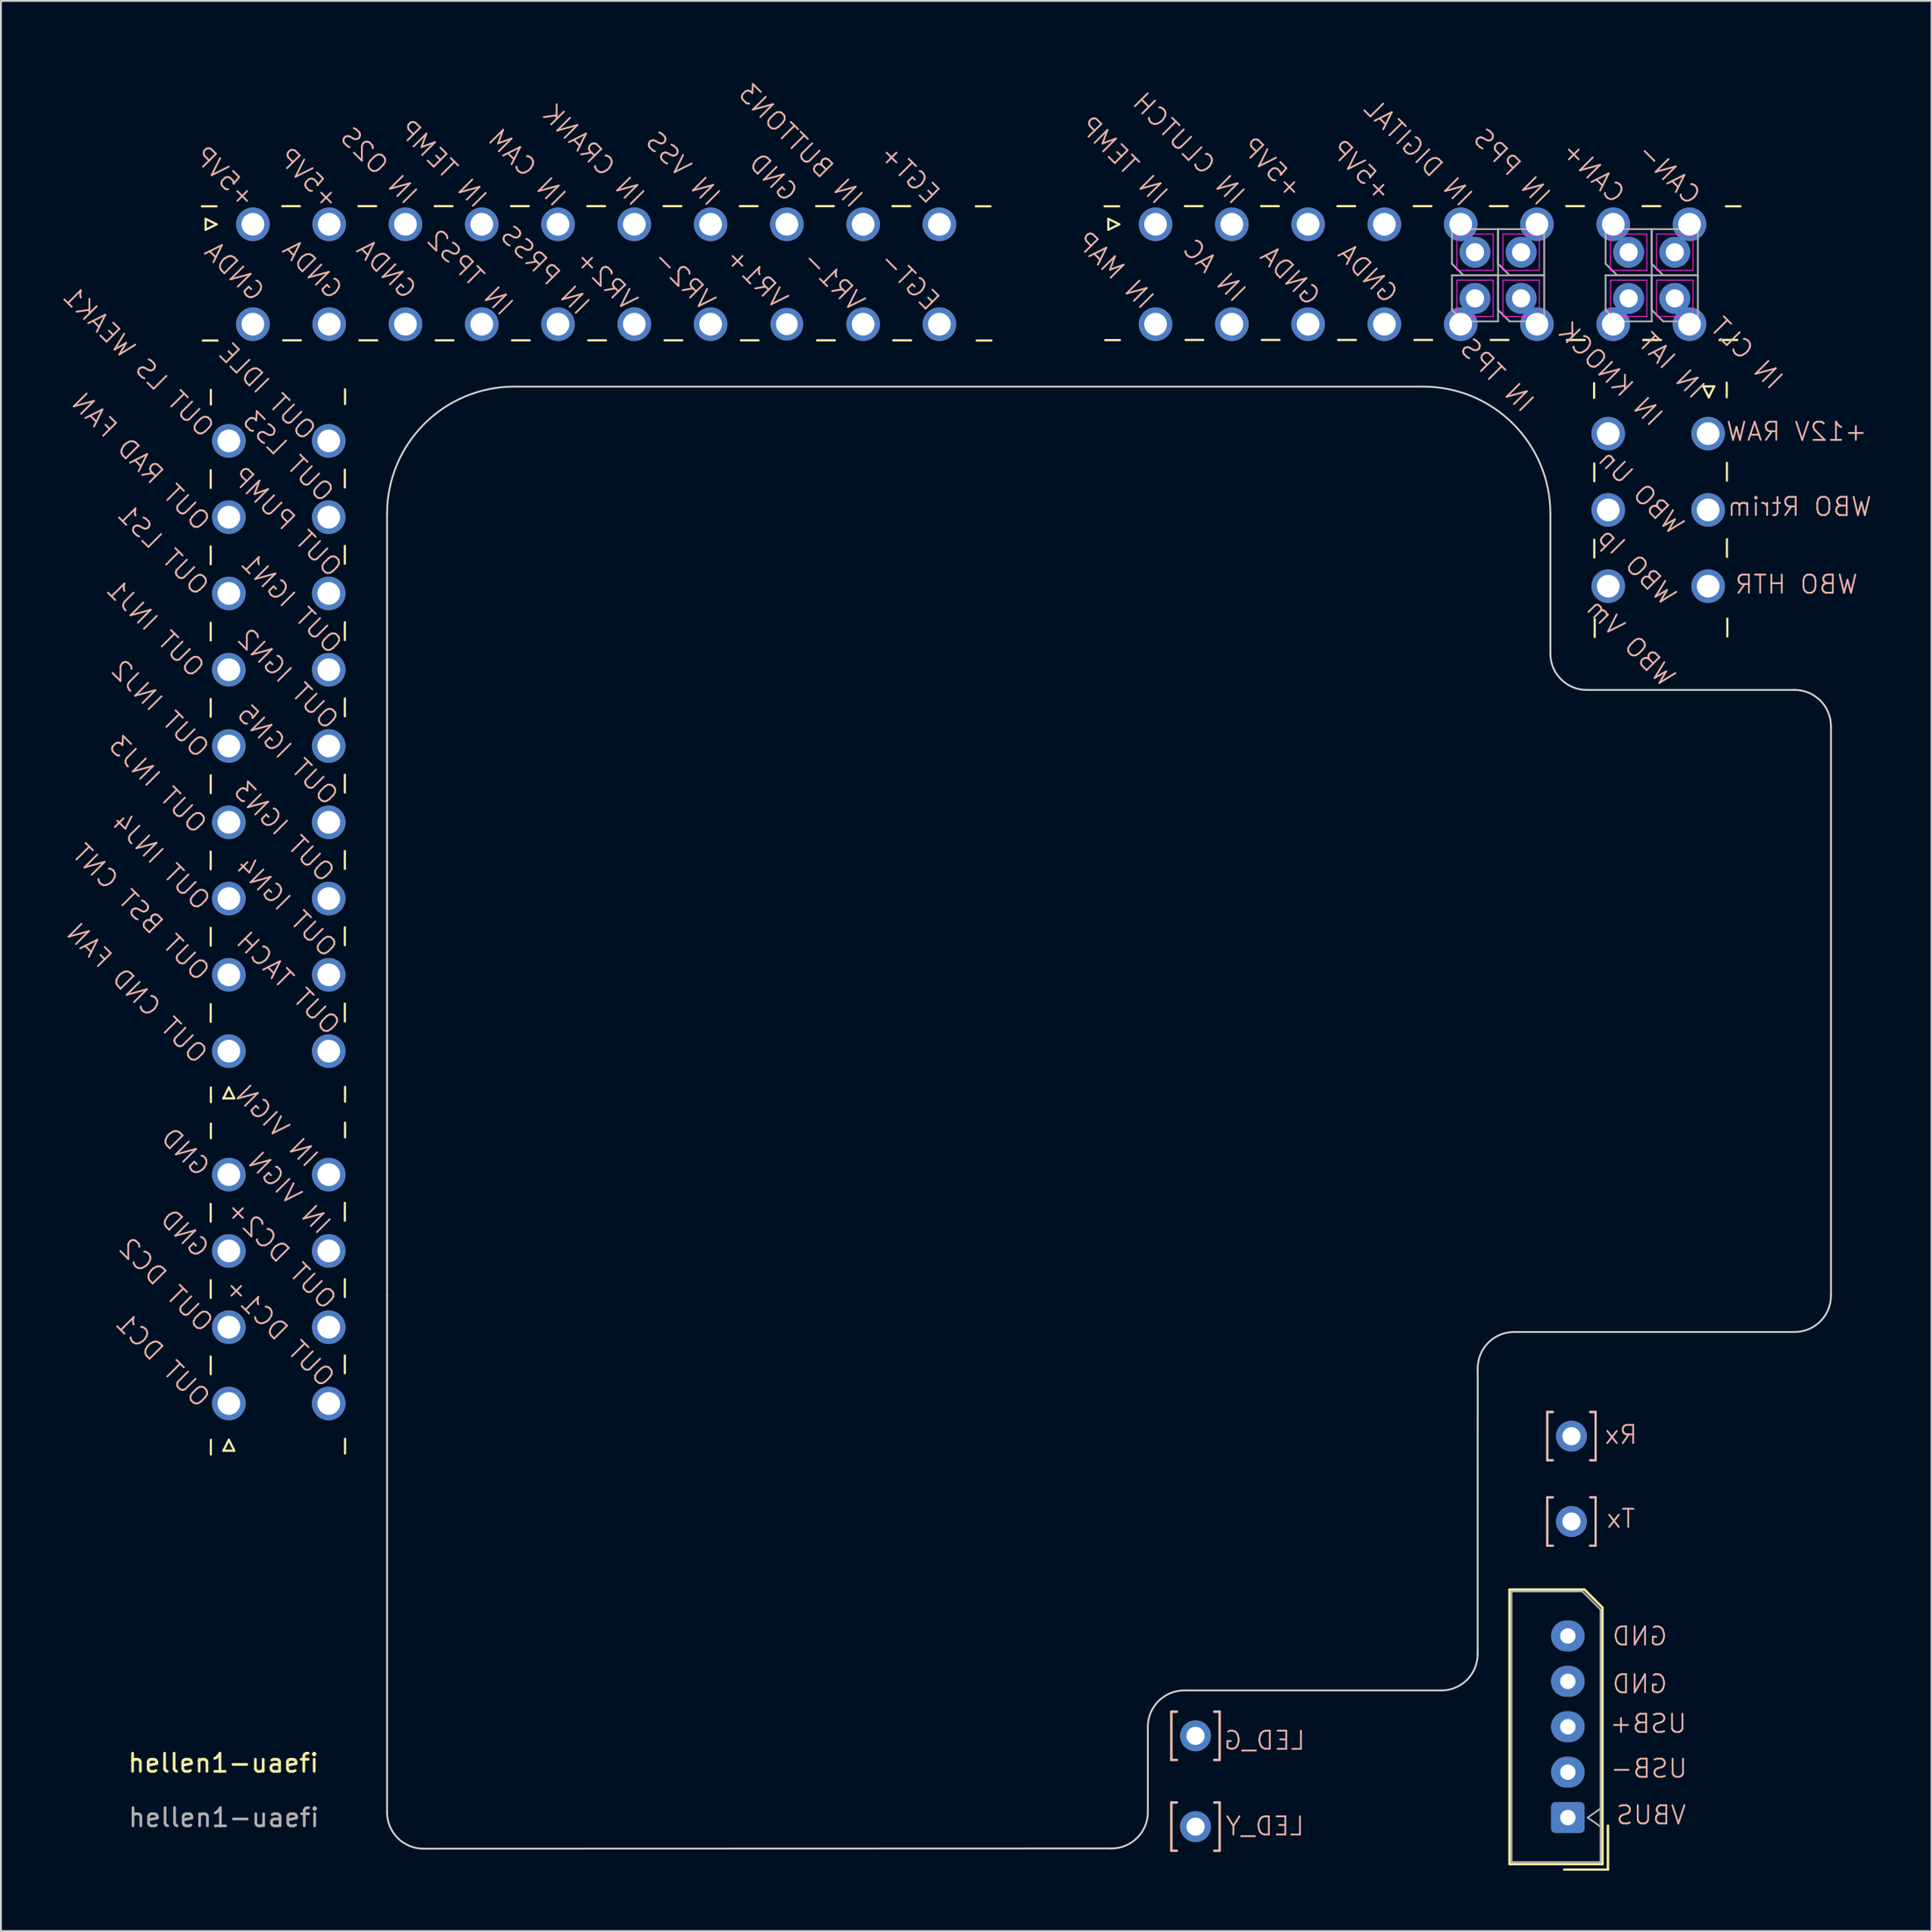
<source format=kicad_pcb>
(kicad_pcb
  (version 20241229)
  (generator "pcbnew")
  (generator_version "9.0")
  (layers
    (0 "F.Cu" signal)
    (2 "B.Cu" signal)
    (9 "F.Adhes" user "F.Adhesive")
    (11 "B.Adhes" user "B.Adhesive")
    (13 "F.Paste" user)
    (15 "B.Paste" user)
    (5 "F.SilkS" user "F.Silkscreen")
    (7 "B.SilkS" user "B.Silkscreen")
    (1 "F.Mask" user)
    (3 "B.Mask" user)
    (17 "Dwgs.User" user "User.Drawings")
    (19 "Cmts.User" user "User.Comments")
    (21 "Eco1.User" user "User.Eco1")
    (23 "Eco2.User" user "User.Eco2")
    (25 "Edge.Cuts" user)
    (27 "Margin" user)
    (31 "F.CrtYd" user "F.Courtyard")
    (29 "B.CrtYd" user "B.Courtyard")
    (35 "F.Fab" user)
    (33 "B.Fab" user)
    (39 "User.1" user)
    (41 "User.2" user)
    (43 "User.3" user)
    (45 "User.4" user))
  (footprint "hellen1-uaefi"
    (layer "F.Cu")
    (at 0.25 100.025)
    (property "Reference" "hellen1-uaefi" (at 9 -6 0) (unlocked yes) (layer "F.SilkS") (effects (font (size 1 1) (thickness 0.15))))
    (fp_line (start 8.025 -91.025) (end 8.625 -90.725) (stroke (width 0.12) (type solid)) (layer "F.SilkS"))
    (fp_line (start 8.025 -90.425) (end 8.025 -91.025) (stroke (width 0.12) (type solid)) (layer "F.SilkS"))
    (fp_line (start 8.3 -76.21) (end 8.3 -77.19) (stroke (width 0.12) (type solid)) (layer "F.SilkS"))
    (fp_line (start 8.3 -72.01) (end 8.3 -72.99) (stroke (width 0.12) (type solid)) (layer "F.SilkS"))
    (fp_line (start 8.3 -67.81) (end 8.3 -68.79) (stroke (width 0.12) (type solid)) (layer "F.SilkS"))
    (fp_line (start 8.3 -63.61) (end 8.3 -64.59) (stroke (width 0.12) (type solid)) (layer "F.SilkS"))
    (fp_line (start 8.3 -59.41) (end 8.3 -60.39) (stroke (width 0.12) (type solid)) (layer "F.SilkS"))
    (fp_line (start 8.3 -55.21) (end 8.3 -56.19) (stroke (width 0.12) (type solid)) (layer "F.SilkS"))
    (fp_line (start 8.3 -51.01) (end 8.3 -51.99) (stroke (width 0.12) (type solid)) (layer "F.SilkS"))
    (fp_line (start 8.3 -46.81) (end 8.3 -47.79) (stroke (width 0.12) (type solid)) (layer "F.SilkS"))
    (fp_line (start 8.3 -35.81) (end 8.3 -36.79) (stroke (width 0.12) (type solid)) (layer "F.SilkS"))
    (fp_line (start 8.3 -31.61) (end 8.3 -32.59) (stroke (width 0.12) (type solid)) (layer "F.SilkS"))
    (fp_line (start 8.3 -27.41) (end 8.3 -28.39) (stroke (width 0.12) (type solid)) (layer "F.SilkS"))
    (fp_line (start 8.31 -80.8) (end 8.31 -81.61) (stroke (width 0.12) (type solid)) (layer "F.SilkS"))
    (fp_line (start 8.31 -43.2) (end 8.31 -42.39) (stroke (width 0.12) (type solid)) (layer "F.SilkS"))
    (fp_line (start 8.31 -40.4) (end 8.31 -41.21) (stroke (width 0.12) (type solid)) (layer "F.SilkS"))
    (fp_line (start 8.31 -23.8) (end 8.31 -22.99) (stroke (width 0.12) (type solid)) (layer "F.SilkS"))
    (fp_line (start 8.625 -91.715) (end 7.815 -91.715) (stroke (width 0.12) (type solid)) (layer "F.SilkS"))
    (fp_line (start 8.625 -90.725) (end 8.025 -90.425) (stroke (width 0.12) (type solid)) (layer "F.SilkS"))
    (fp_line (start 8.677 -84.326) (end 7.867 -84.326) (stroke (width 0.12) (type solid)) (layer "F.SilkS"))
    (fp_line (start 9 -42.6) (end 9.3 -43.2) (stroke (width 0.12) (type solid)) (layer "F.SilkS"))
    (fp_line (start 9 -23.2) (end 9.3 -23.8) (stroke (width 0.12) (type solid)) (layer "F.SilkS"))
    (fp_line (start 9.3 -43.2) (end 9.6 -42.6) (stroke (width 0.12) (type solid)) (layer "F.SilkS"))
    (fp_line (start 9.3 -23.8) (end 9.6 -23.2) (stroke (width 0.12) (type solid)) (layer "F.SilkS"))
    (fp_line (start 9.6 -42.6) (end 9 -42.6) (stroke (width 0.12) (type solid)) (layer "F.SilkS"))
    (fp_line (start 9.6 -23.2) (end 9 -23.2) (stroke (width 0.12) (type solid)) (layer "F.SilkS"))
    (fp_line (start 12.235 -91.725) (end 13.215 -91.725) (stroke (width 0.12) (type solid)) (layer "F.SilkS"))
    (fp_line (start 12.287 -84.336) (end 13.267 -84.336) (stroke (width 0.12) (type solid)) (layer "F.SilkS"))
    (fp_line (start 15.689 -35.864) (end 15.689 -36.844) (stroke (width 0.12) (type solid)) (layer "F.SilkS"))
    (fp_line (start 15.689 -31.664) (end 15.689 -32.644) (stroke (width 0.12) (type solid)) (layer "F.SilkS"))
    (fp_line (start 15.689 -27.464) (end 15.689 -28.444) (stroke (width 0.12) (type solid)) (layer "F.SilkS"))
    (fp_line (start 15.689 -76.236) (end 15.689 -77.216) (stroke (width 0.12) (type solid)) (layer "F.SilkS"))
    (fp_line (start 15.689 -72.036) (end 15.689 -73.016) (stroke (width 0.12) (type solid)) (layer "F.SilkS"))
    (fp_line (start 15.689 -67.836) (end 15.689 -68.816) (stroke (width 0.12) (type solid)) (layer "F.SilkS"))
    (fp_line (start 15.689 -63.636) (end 15.689 -64.616) (stroke (width 0.12) (type solid)) (layer "F.SilkS"))
    (fp_line (start 15.689 -59.436) (end 15.689 -60.416) (stroke (width 0.12) (type solid)) (layer "F.SilkS"))
    (fp_line (start 15.689 -55.236) (end 15.689 -56.216) (stroke (width 0.12) (type solid)) (layer "F.SilkS"))
    (fp_line (start 15.689 -51.036) (end 15.689 -52.016) (stroke (width 0.12) (type solid)) (layer "F.SilkS"))
    (fp_line (start 15.689 -46.836) (end 15.689 -47.816) (stroke (width 0.12) (type solid)) (layer "F.SilkS"))
    (fp_line (start 15.699 -40.454) (end 15.699 -41.264) (stroke (width 0.12) (type solid)) (layer "F.SilkS"))
    (fp_line (start 15.699 -23.854) (end 15.699 -23.044) (stroke (width 0.12) (type solid)) (layer "F.SilkS"))
    (fp_line (start 15.699 -80.826) (end 15.699 -81.636) (stroke (width 0.12) (type solid)) (layer "F.SilkS"))
    (fp_line (start 15.699 -43.226) (end 15.699 -42.416) (stroke (width 0.12) (type solid)) (layer "F.SilkS"))
    (fp_line (start 16.435 -91.725) (end 17.415 -91.725) (stroke (width 0.12) (type solid)) (layer "F.SilkS"))
    (fp_line (start 16.487 -84.336) (end 17.467 -84.336) (stroke (width 0.12) (type solid)) (layer "F.SilkS"))
    (fp_line (start 20.635 -91.725) (end 21.615 -91.725) (stroke (width 0.12) (type solid)) (layer "F.SilkS"))
    (fp_line (start 20.687 -84.336) (end 21.667 -84.336) (stroke (width 0.12) (type solid)) (layer "F.SilkS"))
    (fp_line (start 24.835 -91.725) (end 25.815 -91.725) (stroke (width 0.12) (type solid)) (layer "F.SilkS"))
    (fp_line (start 24.887 -84.336) (end 25.867 -84.336) (stroke (width 0.12) (type solid)) (layer "F.SilkS"))
    (fp_line (start 29.035 -91.725) (end 30.015 -91.725) (stroke (width 0.12) (type solid)) (layer "F.SilkS"))
    (fp_line (start 29.087 -84.336) (end 30.067 -84.336) (stroke (width 0.12) (type solid)) (layer "F.SilkS"))
    (fp_line (start 33.235 -91.725) (end 34.215 -91.725) (stroke (width 0.12) (type solid)) (layer "F.SilkS"))
    (fp_line (start 33.287 -84.336) (end 34.267 -84.336) (stroke (width 0.12) (type solid)) (layer "F.SilkS"))
    (fp_line (start 37.435 -91.725) (end 38.415 -91.725) (stroke (width 0.12) (type solid)) (layer "F.SilkS"))
    (fp_line (start 37.487 -84.336) (end 38.467 -84.336) (stroke (width 0.12) (type solid)) (layer "F.SilkS"))
    (fp_line (start 41.635 -91.725) (end 42.615 -91.725) (stroke (width 0.12) (type solid)) (layer "F.SilkS"))
    (fp_line (start 41.687 -84.336) (end 42.667 -84.336) (stroke (width 0.12) (type solid)) (layer "F.SilkS"))
    (fp_line (start 45.835 -91.725) (end 46.815 -91.725) (stroke (width 0.12) (type solid)) (layer "F.SilkS"))
    (fp_line (start 45.887 -84.336) (end 46.867 -84.336) (stroke (width 0.12) (type solid)) (layer "F.SilkS"))
    (fp_line (start 50.425 -91.715) (end 51.235 -91.715) (stroke (width 0.12) (type solid)) (layer "F.SilkS"))
    (fp_line (start 50.477 -84.326) (end 51.287 -84.326) (stroke (width 0.12) (type solid)) (layer "F.SilkS"))
    (fp_line (start 57.725 -91.025) (end 58.325 -90.725) (stroke (width 0.12) (type solid)) (layer "F.SilkS"))
    (fp_line (start 57.725 -90.425) (end 57.725 -91.025) (stroke (width 0.12) (type solid)) (layer "F.SilkS"))
    (fp_line (start 58.325 -91.715) (end 57.515 -91.715) (stroke (width 0.12) (type solid)) (layer "F.SilkS"))
    (fp_line (start 58.325 -90.725) (end 57.725 -90.425) (stroke (width 0.12) (type solid)) (layer "F.SilkS"))
    (fp_line (start 58.364 -84.348) (end 57.554 -84.348) (stroke (width 0.12) (type solid)) (layer "F.SilkS"))
    (fp_line (start 61.195 -8.83) (end 61.195 -6.17) (stroke (width 0.12) (type solid)) (layer "F.SilkS"))
    (fp_line (start 61.195 -3.83) (end 61.195 -1.17) (stroke (width 0.12) (type solid)) (layer "F.SilkS"))
    (fp_line (start 61.49 -6.17) (end 61.195 -6.17) (stroke (width 0.12) (type solid)) (layer "F.SilkS"))
    (fp_line (start 61.49 -1.17) (end 61.195 -1.17) (stroke (width 0.12) (type solid)) (layer "F.SilkS"))
    (fp_line (start 61.501 -8.83) (end 61.195 -8.83) (stroke (width 0.12) (type solid)) (layer "F.SilkS"))
    (fp_line (start 61.501 -3.83) (end 61.195 -3.83) (stroke (width 0.12) (type solid)) (layer "F.SilkS"))
    (fp_line (start 61.935 -91.725) (end 62.915 -91.725) (stroke (width 0.12) (type solid)) (layer "F.SilkS"))
    (fp_line (start 61.974 -84.358) (end 62.954 -84.358) (stroke (width 0.12) (type solid)) (layer "F.SilkS"))
    (fp_line (start 63.549 -6.17) (end 63.855 -6.17) (stroke (width 0.12) (type solid)) (layer "F.SilkS"))
    (fp_line (start 63.549 -1.17) (end 63.855 -1.17) (stroke (width 0.12) (type solid)) (layer "F.SilkS"))
    (fp_line (start 63.561 -8.83) (end 63.855 -8.83) (stroke (width 0.12) (type solid)) (layer "F.SilkS"))
    (fp_line (start 63.561 -3.83) (end 63.855 -3.83) (stroke (width 0.12) (type solid)) (layer "F.SilkS"))
    (fp_line (start 63.855 -6.17) (end 63.855 -8.83) (stroke (width 0.12) (type solid)) (layer "F.SilkS"))
    (fp_line (start 63.855 -1.17) (end 63.855 -3.83) (stroke (width 0.12) (type solid)) (layer "F.SilkS"))
    (fp_line (start 66.135 -91.725) (end 67.115 -91.725) (stroke (width 0.12) (type solid)) (layer "F.SilkS"))
    (fp_line (start 66.174 -84.358) (end 67.154 -84.358) (stroke (width 0.12) (type solid)) (layer "F.SilkS"))
    (fp_line (start 70.335 -91.725) (end 71.315 -91.725) (stroke (width 0.12) (type solid)) (layer "F.SilkS"))
    (fp_line (start 70.374 -84.358) (end 71.354 -84.358) (stroke (width 0.12) (type solid)) (layer "F.SilkS"))
    (fp_line (start 74.535 -91.725) (end 75.515 -91.725) (stroke (width 0.12) (type solid)) (layer "F.SilkS"))
    (fp_line (start 74.574 -84.358) (end 75.554 -84.358) (stroke (width 0.12) (type solid)) (layer "F.SilkS"))
    (fp_line (start 78.735 -91.725) (end 79.715 -91.725) (stroke (width 0.12) (type solid)) (layer "F.SilkS"))
    (fp_line (start 78.774 -84.358) (end 79.754 -84.358) (stroke (width 0.12) (type solid)) (layer "F.SilkS"))
    (fp_line (start 79.815 -15.56) (end 79.815 -0.44) (stroke (width 0.12) (type solid)) (layer "F.SilkS"))
    (fp_line (start 79.815 -15.56) (end 79.815 -0.44) (stroke (width 0.12) (type solid)) (layer "F.SilkS"))
    (fp_line (start 79.815 -0.44) (end 84.935 -0.44) (stroke (width 0.12) (type solid)) (layer "F.SilkS"))
    (fp_line (start 79.815 -0.44) (end 84.935 -0.44) (stroke (width 0.12) (type solid)) (layer "F.SilkS"))
    (fp_line (start 81.895 -25.33) (end 81.895 -22.67) (stroke (width 0.12) (type solid)) (layer "F.SilkS"))
    (fp_line (start 81.895 -20.63) (end 81.895 -17.97) (stroke (width 0.12) (type solid)) (layer "F.SilkS"))
    (fp_line (start 82.19 -22.67) (end 81.895 -22.67) (stroke (width 0.12) (type solid)) (layer "F.SilkS"))
    (fp_line (start 82.19 -17.97) (end 81.895 -17.97) (stroke (width 0.12) (type solid)) (layer "F.SilkS"))
    (fp_line (start 82.201 -25.33) (end 81.895 -25.33) (stroke (width 0.12) (type solid)) (layer "F.SilkS"))
    (fp_line (start 82.201 -20.63) (end 81.895 -20.63) (stroke (width 0.12) (type solid)) (layer "F.SilkS"))
    (fp_line (start 82.825 -0.14) (end 85.235 -0.14) (stroke (width 0.12) (type solid)) (layer "F.SilkS"))
    (fp_line (start 82.825 -0.14) (end 85.235 -0.14) (stroke (width 0.12) (type solid)) (layer "F.SilkS"))
    (fp_line (start 82.935 -91.725) (end 83.915 -91.725) (stroke (width 0.12) (type solid)) (layer "F.SilkS"))
    (fp_line (start 82.974 -84.358) (end 83.954 -84.358) (stroke (width 0.12) (type solid)) (layer "F.SilkS"))
    (fp_line (start 83.935 -15.56) (end 79.815 -15.56) (stroke (width 0.12) (type solid)) (layer "F.SilkS"))
    (fp_line (start 83.935 -15.56) (end 79.815 -15.56) (stroke (width 0.12) (type solid)) (layer "F.SilkS"))
    (fp_line (start 84.249 -22.67) (end 84.555 -22.67) (stroke (width 0.12) (type solid)) (layer "F.SilkS"))
    (fp_line (start 84.249 -17.97) (end 84.555 -17.97) (stroke (width 0.12) (type solid)) (layer "F.SilkS"))
    (fp_line (start 84.261 -25.33) (end 84.555 -25.33) (stroke (width 0.12) (type solid)) (layer "F.SilkS"))
    (fp_line (start 84.261 -20.63) (end 84.555 -20.63) (stroke (width 0.12) (type solid)) (layer "F.SilkS"))
    (fp_line (start 84.47 -81.168) (end 84.47 -81.978) (stroke (width 0.12) (type solid)) (layer "F.SilkS"))
    (fp_line (start 84.48 -77.558) (end 84.48 -76.578) (stroke (width 0.12) (type solid)) (layer "F.SilkS"))
    (fp_line (start 84.48 -73.358) (end 84.48 -72.378) (stroke (width 0.12) (type solid)) (layer "F.SilkS"))
    (fp_line (start 84.504 -68) (end 84.504 -68.98) (stroke (width 0.12) (type solid)) (layer "F.SilkS"))
    (fp_line (start 84.555 -22.67) (end 84.555 -25.33) (stroke (width 0.12) (type solid)) (layer "F.SilkS"))
    (fp_line (start 84.555 -17.97) (end 84.555 -20.63) (stroke (width 0.12) (type solid)) (layer "F.SilkS"))
    (fp_line (start 84.935 -14.56) (end 83.935 -15.56) (stroke (width 0.12) (type solid)) (layer "F.SilkS"))
    (fp_line (start 84.935 -14.56) (end 83.935 -15.56) (stroke (width 0.12) (type solid)) (layer "F.SilkS"))
    (fp_line (start 84.935 -0.44) (end 84.935 -14.56) (stroke (width 0.12) (type solid)) (layer "F.SilkS"))
    (fp_line (start 84.935 -0.44) (end 84.935 -14.56) (stroke (width 0.12) (type solid)) (layer "F.SilkS"))
    (fp_line (start 85.235 -0.14) (end 85.235 -2.55) (stroke (width 0.12) (type solid)) (layer "F.SilkS"))
    (fp_line (start 85.235 -0.14) (end 85.235 -2.55) (stroke (width 0.12) (type solid)) (layer "F.SilkS"))
    (fp_line (start 87.135 -91.725) (end 88.115 -91.725) (stroke (width 0.12) (type solid)) (layer "F.SilkS"))
    (fp_line (start 87.174 -84.358) (end 88.154 -84.358) (stroke (width 0.12) (type solid)) (layer "F.SilkS"))
    (fp_line (start 90.484 -81.8) (end 91.084 -81.8) (stroke (width 0.12) (type solid)) (layer "F.SilkS"))
    (fp_line (start 90.784 -81.2) (end 90.484 -81.8) (stroke (width 0.12) (type solid)) (layer "F.SilkS"))
    (fp_line (start 91.084 -81.8) (end 90.784 -81.2) (stroke (width 0.12) (type solid)) (layer "F.SilkS"))
    (fp_line (start 91.374 -84.358) (end 92.354 -84.358) (stroke (width 0.12) (type solid)) (layer "F.SilkS"))
    (fp_line (start 91.725 -91.715) (end 92.535 -91.715) (stroke (width 0.12) (type solid)) (layer "F.SilkS"))
    (fp_line (start 91.774 -81.2) (end 91.774 -82.01) (stroke (width 0.12) (type solid)) (layer "F.SilkS"))
    (fp_line (start 91.784 -77.59) (end 91.784 -76.61) (stroke (width 0.12) (type solid)) (layer "F.SilkS"))
    (fp_line (start 91.784 -73.39) (end 91.784 -72.41) (stroke (width 0.12) (type solid)) (layer "F.SilkS"))
    (fp_line (start 91.808 -68.032) (end 91.808 -69.012) (stroke (width 0.12) (type solid)) (layer "F.SilkS"))
    (fp_line (start 61.195 -6.17) (end 61.195 -8.83) (stroke (width 0.12) (type solid)) (layer "B.SilkS"))
    (fp_line (start 61.195 -1.17) (end 61.195 -3.83) (stroke (width 0.12) (type solid)) (layer "B.SilkS"))
    (fp_line (start 61.49 -8.83) (end 61.195 -8.83) (stroke (width 0.12) (type solid)) (layer "B.SilkS"))
    (fp_line (start 61.49 -3.83) (end 61.195 -3.83) (stroke (width 0.12) (type solid)) (layer "B.SilkS"))
    (fp_line (start 61.501 -6.17) (end 61.195 -6.17) (stroke (width 0.12) (type solid)) (layer "B.SilkS"))
    (fp_line (start 61.501 -1.17) (end 61.195 -1.17) (stroke (width 0.12) (type solid)) (layer "B.SilkS"))
    (fp_line (start 63.549 -8.83) (end 63.855 -8.83) (stroke (width 0.12) (type solid)) (layer "B.SilkS"))
    (fp_line (start 63.549 -3.83) (end 63.855 -3.83) (stroke (width 0.12) (type solid)) (layer "B.SilkS"))
    (fp_line (start 63.561 -6.17) (end 63.855 -6.17) (stroke (width 0.12) (type solid)) (layer "B.SilkS"))
    (fp_line (start 63.561 -1.17) (end 63.855 -1.17) (stroke (width 0.12) (type solid)) (layer "B.SilkS"))
    (fp_line (start 63.855 -8.83) (end 63.855 -6.17) (stroke (width 0.12) (type solid)) (layer "B.SilkS"))
    (fp_line (start 63.855 -3.83) (end 63.855 -1.17) (stroke (width 0.12) (type solid)) (layer "B.SilkS"))
    (fp_line (start 81.895 -22.67) (end 81.895 -25.33) (stroke (width 0.12) (type solid)) (layer "B.SilkS"))
    (fp_line (start 81.895 -17.97) (end 81.895 -20.63) (stroke (width 0.12) (type solid)) (layer "B.SilkS"))
    (fp_line (start 82.19 -25.33) (end 81.895 -25.33) (stroke (width 0.12) (type solid)) (layer "B.SilkS"))
    (fp_line (start 82.19 -20.63) (end 81.895 -20.63) (stroke (width 0.12) (type solid)) (layer "B.SilkS"))
    (fp_line (start 82.201 -22.67) (end 81.895 -22.67) (stroke (width 0.12) (type solid)) (layer "B.SilkS"))
    (fp_line (start 82.201 -17.97) (end 81.895 -17.97) (stroke (width 0.12) (type solid)) (layer "B.SilkS"))
    (fp_line (start 84.249 -25.33) (end 84.555 -25.33) (stroke (width 0.12) (type solid)) (layer "B.SilkS"))
    (fp_line (start 84.249 -20.63) (end 84.555 -20.63) (stroke (width 0.12) (type solid)) (layer "B.SilkS"))
    (fp_line (start 84.261 -22.67) (end 84.555 -22.67) (stroke (width 0.12) (type solid)) (layer "B.SilkS"))
    (fp_line (start 84.261 -17.97) (end 84.555 -17.97) (stroke (width 0.12) (type solid)) (layer "B.SilkS"))
    (fp_line (start 84.555 -25.33) (end 84.555 -22.67) (stroke (width 0.12) (type solid)) (layer "B.SilkS"))
    (fp_line (start 84.555 -20.63) (end 84.555 -17.97) (stroke (width 0.12) (type solid)) (layer "B.SilkS"))
    (fp_line (start 18.013 -31.737) (end 18.013 -74.787) (stroke (width 0.1) (type default)) (layer "Edge.Cuts"))
    (fp_line (start 18.013 -31.737) (end 18.013 -3.287) (stroke (width 0.1) (type default)) (layer "Edge.Cuts"))
    (fp_line (start 57.9 -1.3) (end 20.013 -1.287) (stroke (width 0.1) (type default)) (layer "Edge.Cuts"))
    (fp_line (start 59.9 -3.3) (end 59.9 -8) (stroke (width 0.1) (type default)) (layer "Edge.Cuts"))
    (fp_line (start 61.9 -10) (end 76.06 -10) (stroke (width 0.1) (type default)) (layer "Edge.Cuts"))
    (fp_line (start 75.063 -81.787) (end 25.013 -81.787) (stroke (width 0.1) (type default)) (layer "Edge.Cuts"))
    (fp_line (start 78.063 -27.737) (end 78.06 -12) (stroke (width 0.1) (type default)) (layer "Edge.Cuts"))
    (fp_line (start 80.063 -29.737) (end 95.513 -29.737) (stroke (width 0.1) (type default)) (layer "Edge.Cuts"))
    (fp_line (start 82.063 -74.787) (end 82.063 -67.087) (stroke (width 0.1) (type default)) (layer "Edge.Cuts"))
    (fp_line (start 95.513 -65.087) (end 84.063 -65.087) (stroke (width 0.1) (type default)) (layer "Edge.Cuts"))
    (fp_line (start 97.513 -31.737) (end 97.513 -63.087) (stroke (width 0.1) (type default)) (layer "Edge.Cuts"))
    (fp_arc (start 18.012562 -74.787438) (mid 20.062815 -79.737185) (end 25.012563 -81.787437) (stroke (width 0.1) (type solid)) (layer "Edge.Cuts"))
    (fp_arc (start 20.012563 -1.287437) (mid 18.59835 -1.873224) (end 18.012563 -3.287437) (stroke (width 0.1) (type default)) (layer "Edge.Cuts"))
    (fp_arc (start 59.899911 -8.00008) (mid 60.485719 -9.414272) (end 61.899911 -10.00008) (stroke (width 0.1) (type default)) (layer "Edge.Cuts"))
    (fp_arc (start 59.9 -3.3) (mid 59.314192 -1.885808) (end 57.9 -1.3) (stroke (width 0.1) (type default)) (layer "Edge.Cuts"))
    (fp_arc (start 75.062815 -81.787437) (mid 80.012612 -79.73722) (end 82.062814 -74.787436) (stroke (width 0.1) (type solid)) (layer "Edge.Cuts"))
    (fp_arc (start 78.060074 -11.999926) (mid 77.474266 -10.585734) (end 76.060074 -9.999926) (stroke (width 0.1) (type default)) (layer "Edge.Cuts"))
    (fp_arc (start 78.062811 -27.73718) (mid 78.648619 -29.151383) (end 80.062811 -29.73718) (stroke (width 0.1) (type default)) (layer "Edge.Cuts"))
    (fp_arc (start 84.062814 -65.087437) (mid 82.648592 -65.673201) (end 82.062814 -67.087437) (stroke (width 0.1) (type default)) (layer "Edge.Cuts"))
    (fp_arc (start 95.512563 -65.087437) (mid 96.926766 -64.50164) (end 97.512563 -63.087437) (stroke (width 0.1) (type default)) (layer "Edge.Cuts"))
    (fp_arc (start 97.512563 -31.73718) (mid 96.926801 -30.322937) (end 95.512563 -29.73718) (stroke (width 0.1) (type default)) (layer "Edge.Cuts"))
    (fp_line (start 76.913 -90.187) (end 76.913 -88.187) (stroke (width 0.05) (type solid)) (layer "F.CrtYd"))
    (fp_line (start 76.913 -88.187) (end 78.913 -88.187) (stroke (width 0.05) (type solid)) (layer "F.CrtYd"))
    (fp_line (start 76.913 -87.647) (end 76.913 -85.647) (stroke (width 0.05) (type solid)) (layer "F.CrtYd"))
    (fp_line (start 76.913 -85.647) (end 78.913 -85.647) (stroke (width 0.05) (type solid)) (layer "F.CrtYd"))
    (fp_line (start 78.913 -90.187) (end 76.913 -90.187) (stroke (width 0.05) (type solid)) (layer "F.CrtYd"))
    (fp_line (start 78.913 -88.187) (end 78.913 -90.187) (stroke (width 0.05) (type solid)) (layer "F.CrtYd"))
    (fp_line (start 78.913 -87.647) (end 76.913 -87.647) (stroke (width 0.05) (type solid)) (layer "F.CrtYd"))
    (fp_line (start 78.913 -85.647) (end 78.913 -87.647) (stroke (width 0.05) (type solid)) (layer "F.CrtYd"))
    (fp_line (start 79.453 -90.187) (end 79.453 -88.187) (stroke (width 0.05) (type solid)) (layer "F.CrtYd"))
    (fp_line (start 79.453 -88.187) (end 81.453 -88.187) (stroke (width 0.05) (type solid)) (layer "F.CrtYd"))
    (fp_line (start 79.453 -87.647) (end 79.453 -85.647) (stroke (width 0.05) (type solid)) (layer "F.CrtYd"))
    (fp_line (start 79.453 -85.647) (end 81.453 -85.647) (stroke (width 0.05) (type solid)) (layer "F.CrtYd"))
    (fp_line (start 81.453 -90.187) (end 79.453 -90.187) (stroke (width 0.05) (type solid)) (layer "F.CrtYd"))
    (fp_line (start 81.453 -88.187) (end 81.453 -90.187) (stroke (width 0.05) (type solid)) (layer "F.CrtYd"))
    (fp_line (start 81.453 -87.647) (end 79.453 -87.647) (stroke (width 0.05) (type solid)) (layer "F.CrtYd"))
    (fp_line (start 81.453 -85.647) (end 81.453 -87.647) (stroke (width 0.05) (type solid)) (layer "F.CrtYd"))
    (fp_line (start 85.373 -90.187) (end 85.373 -88.187) (stroke (width 0.05) (type solid)) (layer "F.CrtYd"))
    (fp_line (start 85.373 -88.187) (end 87.373 -88.187) (stroke (width 0.05) (type solid)) (layer "F.CrtYd"))
    (fp_line (start 85.373 -87.647) (end 85.373 -85.647) (stroke (width 0.05) (type solid)) (layer "F.CrtYd"))
    (fp_line (start 85.373 -85.647) (end 87.373 -85.647) (stroke (width 0.05) (type solid)) (layer "F.CrtYd"))
    (fp_line (start 87.373 -90.187) (end 85.373 -90.187) (stroke (width 0.05) (type solid)) (layer "F.CrtYd"))
    (fp_line (start 87.373 -88.187) (end 87.373 -90.187) (stroke (width 0.05) (type solid)) (layer "F.CrtYd"))
    (fp_line (start 87.373 -87.647) (end 85.373 -87.647) (stroke (width 0.05) (type solid)) (layer "F.CrtYd"))
    (fp_line (start 87.373 -85.647) (end 87.373 -87.647) (stroke (width 0.05) (type solid)) (layer "F.CrtYd"))
    (fp_line (start 87.913 -90.187) (end 87.913 -88.187) (stroke (width 0.05) (type solid)) (layer "F.CrtYd"))
    (fp_line (start 87.913 -88.187) (end 89.913 -88.187) (stroke (width 0.05) (type solid)) (layer "F.CrtYd"))
    (fp_line (start 87.913 -87.647) (end 87.913 -85.647) (stroke (width 0.05) (type solid)) (layer "F.CrtYd"))
    (fp_line (start 87.913 -85.647) (end 89.913 -85.647) (stroke (width 0.05) (type solid)) (layer "F.CrtYd"))
    (fp_line (start 89.913 -90.187) (end 87.913 -90.187) (stroke (width 0.05) (type solid)) (layer "F.CrtYd"))
    (fp_line (start 89.913 -88.187) (end 89.913 -90.187) (stroke (width 0.05) (type solid)) (layer "F.CrtYd"))
    (fp_line (start 89.913 -87.647) (end 87.913 -87.647) (stroke (width 0.05) (type solid)) (layer "F.CrtYd"))
    (fp_line (start 89.913 -85.647) (end 89.913 -87.647) (stroke (width 0.05) (type solid)) (layer "F.CrtYd"))
    (fp_line (start 76.643 -90.457) (end 79.183 -90.457) (stroke (width 0.1) (type solid)) (layer "F.Fab"))
    (fp_line (start 76.643 -88.552) (end 76.643 -90.457) (stroke (width 0.1) (type solid)) (layer "F.Fab"))
    (fp_line (start 76.643 -87.917) (end 79.183 -87.917) (stroke (width 0.1) (type solid)) (layer "F.Fab"))
    (fp_line (start 76.643 -86.012) (end 76.643 -87.917) (stroke (width 0.1) (type solid)) (layer "F.Fab"))
    (fp_line (start 77.278 -87.917) (end 76.643 -88.552) (stroke (width 0.1) (type solid)) (layer "F.Fab"))
    (fp_line (start 77.278 -85.377) (end 76.643 -86.012) (stroke (width 0.1) (type solid)) (layer "F.Fab"))
    (fp_line (start 79.183 -90.457) (end 79.183 -87.917) (stroke (width 0.1) (type solid)) (layer "F.Fab"))
    (fp_line (start 79.183 -90.457) (end 81.723 -90.457) (stroke (width 0.1) (type solid)) (layer "F.Fab"))
    (fp_line (start 79.183 -88.552) (end 79.183 -90.457) (stroke (width 0.1) (type solid)) (layer "F.Fab"))
    (fp_line (start 79.183 -87.917) (end 77.278 -87.917) (stroke (width 0.1) (type solid)) (layer "F.Fab"))
    (fp_line (start 79.183 -87.917) (end 79.183 -85.377) (stroke (width 0.1) (type solid)) (layer "F.Fab"))
    (fp_line (start 79.183 -87.917) (end 81.723 -87.917) (stroke (width 0.1) (type solid)) (layer "F.Fab"))
    (fp_line (start 79.183 -86.012) (end 79.183 -87.917) (stroke (width 0.1) (type solid)) (layer "F.Fab"))
    (fp_line (start 79.183 -85.377) (end 77.278 -85.377) (stroke (width 0.1) (type solid)) (layer "F.Fab"))
    (fp_line (start 79.818 -87.917) (end 79.183 -88.552) (stroke (width 0.1) (type solid)) (layer "F.Fab"))
    (fp_line (start 79.818 -85.377) (end 79.183 -86.012) (stroke (width 0.1) (type solid)) (layer "F.Fab"))
    (fp_line (start 79.925 -15.45) (end 79.925 -0.55) (stroke (width 0.1) (type solid)) (layer "F.Fab"))
    (fp_line (start 79.925 -0.55) (end 84.825 -0.55) (stroke (width 0.1) (type solid)) (layer "F.Fab"))
    (fp_line (start 81.723 -90.457) (end 81.723 -87.917) (stroke (width 0.1) (type solid)) (layer "F.Fab"))
    (fp_line (start 81.723 -87.917) (end 79.818 -87.917) (stroke (width 0.1) (type solid)) (layer "F.Fab"))
    (fp_line (start 81.723 -87.917) (end 81.723 -85.377) (stroke (width 0.1) (type solid)) (layer "F.Fab"))
    (fp_line (start 81.723 -85.377) (end 79.818 -85.377) (stroke (width 0.1) (type solid)) (layer "F.Fab"))
    (fp_line (start 83.825 -15.45) (end 79.925 -15.45) (stroke (width 0.1) (type solid)) (layer "F.Fab"))
    (fp_line (start 84.118 -3) (end 84.825 -3.5) (stroke (width 0.1) (type solid)) (layer "F.Fab"))
    (fp_line (start 84.825 -14.45) (end 83.825 -15.45) (stroke (width 0.1) (type solid)) (layer "F.Fab"))
    (fp_line (start 84.825 -2.5) (end 84.118 -3) (stroke (width 0.1) (type solid)) (layer "F.Fab"))
    (fp_line (start 84.825 -0.55) (end 84.825 -14.45) (stroke (width 0.1) (type solid)) (layer "F.Fab"))
    (fp_line (start 85.103 -90.457) (end 87.643 -90.457) (stroke (width 0.1) (type solid)) (layer "F.Fab"))
    (fp_line (start 85.103 -88.552) (end 85.103 -90.457) (stroke (width 0.1) (type solid)) (layer "F.Fab"))
    (fp_line (start 85.103 -87.917) (end 87.643 -87.917) (stroke (width 0.1) (type solid)) (layer "F.Fab"))
    (fp_line (start 85.103 -86.012) (end 85.103 -87.917) (stroke (width 0.1) (type solid)) (layer "F.Fab"))
    (fp_line (start 85.738 -87.917) (end 85.103 -88.552) (stroke (width 0.1) (type solid)) (layer "F.Fab"))
    (fp_line (start 85.738 -85.377) (end 85.103 -86.012) (stroke (width 0.1) (type solid)) (layer "F.Fab"))
    (fp_line (start 87.643 -90.457) (end 87.643 -87.917) (stroke (width 0.1) (type solid)) (layer "F.Fab"))
    (fp_line (start 87.643 -90.457) (end 90.183 -90.457) (stroke (width 0.1) (type solid)) (layer "F.Fab"))
    (fp_line (start 87.643 -88.552) (end 87.643 -90.457) (stroke (width 0.1) (type solid)) (layer "F.Fab"))
    (fp_line (start 87.643 -87.917) (end 85.738 -87.917) (stroke (width 0.1) (type solid)) (layer "F.Fab"))
    (fp_line (start 87.643 -87.917) (end 87.643 -85.377) (stroke (width 0.1) (type solid)) (layer "F.Fab"))
    (fp_line (start 87.643 -87.917) (end 90.183 -87.917) (stroke (width 0.1) (type solid)) (layer "F.Fab"))
    (fp_line (start 87.643 -86.012) (end 87.643 -87.917) (stroke (width 0.1) (type solid)) (layer "F.Fab"))
    (fp_line (start 87.643 -85.377) (end 85.738 -85.377) (stroke (width 0.1) (type solid)) (layer "F.Fab"))
    (fp_line (start 88.278 -87.917) (end 87.643 -88.552) (stroke (width 0.1) (type solid)) (layer "F.Fab"))
    (fp_line (start 88.278 -85.377) (end 87.643 -86.012) (stroke (width 0.1) (type solid)) (layer "F.Fab"))
    (fp_line (start 90.183 -90.457) (end 90.183 -87.917) (stroke (width 0.1) (type solid)) (layer "F.Fab"))
    (fp_line (start 90.183 -87.917) (end 88.278 -87.917) (stroke (width 0.1) (type solid)) (layer "F.Fab"))
    (fp_line (start 90.183 -87.917) (end 90.183 -85.377) (stroke (width 0.1) (type solid)) (layer "F.Fab"))
    (fp_line (start 90.183 -85.377) (end 88.278 -85.377) (stroke (width 0.1) (type solid)) (layer "F.Fab"))
    (fp_line (start 0 -96.475) (end 0 -3.475) (stroke (width 0.1) (type default)) (layer "User.1"))
    (fp_line (start 3.5 0.025) (end 96.5 0.025) (stroke (width 0.1) (type default)) (layer "User.1"))
    (fp_line (start 96.5 -99.975) (end 3.5 -99.975) (stroke (width 0.1) (type default)) (layer "User.1"))
    (fp_line (start 100 -3.475) (end 100 -96.475) (stroke (width 0.1) (type default)) (layer "User.1"))
    (fp_arc (start 0 -96.474874) (mid 1.025128 -98.949746) (end 3.5 -99.974874) (stroke (width 0.1) (type default)) (layer "User.1"))
    (fp_arc (start 3.5 0.025126) (mid 1.025128 -1.000002) (end 0 -3.474874) (stroke (width 0.1) (type default)) (layer "User.1"))
    (fp_arc (start 96.5 -99.974874) (mid 98.974877 -98.949751) (end 100 -96.474874) (stroke (width 0.1) (type default)) (layer "User.1"))
    (fp_arc (start 100 -3.474874) (mid 98.97487 -1.000005) (end 96.5 0.025126) (stroke (width 0.1) (type default)) (layer "User.1"))
    (fp_text user "+5VP" (at 14.779 -91.354 315) (unlocked yes) (layer "B.SilkS") (effects (font (size 1 1) (thickness 0.1)) (justify left bottom mirror)))
    (fp_text user "IN PRSS" (at 28.526 -85.547 315) (unlocked yes) (layer "B.SilkS") (effects (font (size 1 1) (thickness 0.1)) (justify left bottom mirror)))
    (fp_text user "GNDA" (at 18.999 -86.403 315) (unlocked yes) (layer "B.SilkS") (effects (font (size 1 1) (thickness 0.1)) (justify left bottom mirror)))
    (fp_text user "OUT DC1" (at 7.62 -25.4 315) (unlocked yes) (layer "B.SilkS") (effects (font (size 1 1) (thickness 0.1)) (justify left bottom mirror)))
    (fp_text user "VR1-" (at 43.652 -85.735 315) (unlocked yes) (layer "B.SilkS") (effects (font (size 1 1) (thickness 0.1)) (justify left bottom mirror)))
    (fp_text user "VR2-" (at 35.425 -85.783 315) (unlocked yes) (layer "B.SilkS") (effects (font (size 1 1) (thickness 0.1)) (justify left bottom mirror)))
    (fp_text user "OUT BST CNT" (at 7.6 -48.883 315) (unlocked yes) (layer "B.SilkS") (effects (font (size 1 1) (thickness 0.1)) (justify left bottom mirror)))
    (fp_text user "IN IAT" (at 89.926 -80.933 315) (unlocked yes) (layer "B.SilkS") (effects (font (size 1 1) (thickness 0.1)) (justify left bottom mirror)))
    (fp_text user "GND" (at 88.579 -9.769 0) (unlocked yes) (layer "B.SilkS") (effects (font (size 1 1) (thickness 0.1)) (justify left bottom mirror)))
    (fp_text user "OUT IGN3" (at 14.48 -54.32 315) (unlocked yes) (layer "B.SilkS") (effects (font (size 1 1) (thickness 0.1)) (justify left bottom mirror)))
    (fp_text user "IN TEMP" (at 60.359 -91.64 315) (unlocked yes) (layer "B.SilkS") (effects (font (size 1 1) (thickness 0.1)) (justify left bottom mirror)))
    (fp_text user "IN PPS" (at 81.417 -91.568 315) (unlocked yes) (layer "B.SilkS") (effects (font (size 1 1) (thickness 0.1)) (justify left bottom mirror)))
    (fp_text user "USB-" (at 89.67 -5.118 0) (unlocked yes) (layer "B.SilkS") (effects (font (size 1 1) (thickness 0.1)) (justify left bottom mirror)))
    (fp_text user "OUT IGN4" (at 14.624 -50.182 315) (unlocked yes) (layer "B.SilkS") (effects (font (size 1 1) (thickness 0.1)) (justify left bottom mirror)))
    (fp_text user "OUT IDLE" (at 13.448 -78.651 315) (unlocked yes) (layer "B.SilkS") (effects (font (size 1 1) (thickness 0.1)) (justify left bottom mirror)))
    (fp_text user "IN TEMP" (at 22.86 -91.44 315) (unlocked yes) (layer "B.SilkS") (effects (font (size 1 1) (thickness 0.1)) (justify left bottom mirror)))
    (fp_text user "GND" (at 39.986 -91.761 315) (unlocked yes) (layer "B.SilkS") (effects (font (size 1 1) (thickness 0.1)) (justify left bottom mirror)))
    (fp_text user "OUT IGN2" (at 14.689 -62.725 315) (unlocked yes) (layer "B.SilkS") (effects (font (size 1 1) (thickness 0.1)) (justify left bottom mirror)))
    (fp_text user "Tx" (at 86.797 -18.877 0) (unlocked yes) (layer "B.SilkS") (effects (font (size 1 1) (thickness 0.1)) (justify left bottom mirror)))
    (fp_text user "WBO HTR" (at 99.06 -70.312 0) (unlocked yes) (layer "B.SilkS") (effects (font (size 1 1) (thickness 0.1)) (justify left bottom mirror)))
    (fp_text user "IN CLUTCH" (at 64.595 -91.636 315) (unlocked yes) (layer "B.SilkS") (effects (font (size 1 1) (thickness 0.1)) (justify left bottom mirror)))
    (fp_text user "GNDA" (at 73.032 -86.168 315) (unlocked yes) (layer "B.SilkS") (effects (font (size 1 1) (thickness 0.1)) (justify left bottom mirror)))
    (fp_text user "OUT DC1+" (at 14.48 -26.512 315) (unlocked yes) (layer "B.SilkS") (effects (font (size 1 1) (thickness 0.1)) (justify left bottom mirror)))
    (fp_text user "GNDA" (at 10.626 -86.279 315) (unlocked yes) (layer "B.SilkS") (effects (font (size 1 1) (thickness 0.1)) (justify left bottom mirror)))
    (fp_text user "OUT PUMP" (at 14.881 -71.124 315) (unlocked yes) (layer "B.SilkS") (effects (font (size 1 1) (thickness 0.1)) (justify left bottom mirror)))
    (fp_text user "VR1+" (at 39.419 -85.879 315) (unlocked yes) (layer "B.SilkS") (effects (font (size 1 1) (thickness 0.1)) (justify left bottom mirror)))
    (fp_text user "CAN+" (at 85.531 -91.675 315) (unlocked yes) (layer "B.SilkS") (effects (font (size 1 1) (thickness 0.1)) (justify left bottom mirror)))
    (fp_text user "IN O2S" (at 19.037 -91.639 315) (unlocked yes) (layer "B.SilkS") (effects (font (size 1 1) (thickness 0.1)) (justify left bottom mirror)))
    (fp_text user "IN CRANK" (at 31.546 -91.542 315) (unlocked yes) (layer "B.SilkS") (effects (font (size 1 1) (thickness 0.1)) (justify left bottom mirror)))
    (fp_text user "OUT RAD FAN" (at 7.62 -73.66 315) (unlocked yes) (layer "B.SilkS") (effects (font (size 1 1) (thickness 0.1)) (justify left bottom mirror)))
    (fp_text user "IN TPS" (at 80.519 -80.185 315) (unlocked yes) (layer "B.SilkS") (effects (font (size 1 1) (thickness 0.1)) (justify left bottom mirror)))
    (fp_text user "OUT LS1" (at 7.552 -70.1 315) (unlocked yes) (layer "B.SilkS") (effects (font (size 1 1) (thickness 0.1)) (justify left bottom mirror)))
    (fp_text user "IN CAM" (at 27.216 -91.51 315) (unlocked yes) (layer "B.SilkS") (effects (font (size 1 1) (thickness 0.1)) (justify left bottom mirror)))
    (fp_text user "OUT DC2+" (at 14.576 -30.794 315) (unlocked yes) (layer "B.SilkS") (effects (font (size 1 1) (thickness 0.1)) (justify left bottom mirror)))
    (fp_text user "IN CLT" (at 94.224 -81.447 315) (unlocked yes) (layer "B.SilkS") (effects (font (size 1 1) (thickness 0.1)) (justify left bottom mirror)))
    (fp_text user "OUT IGN1" (at 14.884 -66.884 315) (unlocked yes) (layer "B.SilkS") (effects (font (size 1 1) (thickness 0.1)) (justify left bottom mirror)))
    (fp_text user "OUT TACH" (at 14.774 -45.908 315) (unlocked yes) (layer "B.SilkS") (effects (font (size 1 1) (thickness 0.1)) (justify left bottom mirror)))
    (fp_text user "IN VSS" (at 35.715 -91.542 315) (unlocked yes) (layer "B.SilkS") (effects (font (size 1 1) (thickness 0.1)) (justify left bottom mirror)))
    (fp_text user "OUT INJ4" (at 7.632 -52.764 315) (unlocked yes) (layer "B.SilkS") (effects (font (size 1 1) (thickness 0.1)) (justify left bottom mirror)))
    (fp_text user "GNDA" (at 68.756 -86.039 315) (unlocked yes) (layer "B.SilkS") (effects (font (size 1 1) (thickness 0.1)) (justify left bottom mirror)))
    (fp_text user "WBO Ip" (at 88.341 -69.542 315) (unlocked yes) (layer "B.SilkS") (effects (font (size 1 1) (thickness 0.1)) (justify left bottom mirror)))
    (fp_text user "GNDA" (at 14.924 -86.386 315) (unlocked yes) (layer "B.SilkS") (effects (font (size 1 1) (thickness 0.1)) (justify left bottom mirror)))
    (fp_text user "IN BUTTON3" (at 43.565 -91.446 315) (unlocked yes) (layer "B.SilkS") (effects (font (size 1 1) (thickness 0.1)) (justify left bottom mirror)))
    (fp_text user "IN VIGN" (at 14.272 -34.931 315) (unlocked yes) (layer "B.SilkS") (effects (font (size 1 1) (thickness 0.1)) (justify left bottom mirror)))
    (fp_text user "VR2+" (at 31.144 -85.783 315) (unlocked yes) (layer "B.SilkS") (effects (font (size 1 1) (thickness 0.1)) (justify left bottom mirror)))
    (fp_text user "USB+" (at 89.638 -7.588 0) (unlocked yes) (layer "B.SilkS") (effects (font (size 1 1) (thickness 0.1)) (justify left bottom mirror)))
    (fp_text user "+12V RAW" (at 99.567 -78.728 0) (unlocked yes) (layer "B.SilkS") (effects (font (size 1 1) (thickness 0.1)) (justify left bottom mirror)))
    (fp_text user "IN KNOCK" (at 87.605 -79.415 315) (unlocked yes) (layer "B.SilkS") (effects (font (size 1 1) (thickness 0.1)) (justify left bottom mirror)))
    (fp_text user "IN DIGITAL" (at 77.127 -91.511 315) (unlocked yes) (layer "B.SilkS") (effects (font (size 1 1) (thickness 0.1)) (justify left bottom mirror)))
    (fp_text user "OUT INJ1" (at 7.312 -65.593 315) (unlocked yes) (layer "B.SilkS") (effects (font (size 1 1) (thickness 0.1)) (justify left bottom mirror)))
    (fp_text user "+5VP" (at 72.727 -91.787 315) (unlocked yes) (layer "B.SilkS") (effects (font (size 1 1) (thickness 0.1)) (justify left bottom mirror)))
    (fp_text user "IN AC" (at 64.655 -86.253 315) (unlocked yes) (layer "B.SilkS") (effects (font (size 1 1) (thickness 0.1)) (justify left bottom mirror)))
    (fp_text user "IN TPS2" (at 24.314 -85.505 315) (unlocked yes) (layer "B.SilkS") (effects (font (size 1 1) (thickness 0.1)) (justify left bottom mirror)))
    (fp_text user "OUT INJ2" (at 7.568 -61.167 315) (unlocked yes) (layer "B.SilkS") (effects (font (size 1 1) (thickness 0.1)) (justify left bottom mirror)))
    (fp_text user "LED_Y" (at 68.58 -1.943 0) (unlocked yes) (layer "B.SilkS") (effects (font (size 1 1) (thickness 0.1)) (justify left bottom mirror)))
    (fp_text user "IN MAP" (at 59.593 -85.869 315) (unlocked yes) (layer "B.SilkS") (effects (font (size 1 1) (thickness 0.1)) (justify left bottom mirror)))
    (fp_text user "GND" (at 88.579 -12.399 0) (unlocked yes) (layer "B.SilkS") (effects (font (size 1 1) (thickness 0.1)) (justify left bottom mirror)))
    (fp_text user "WBO Rtrim" (at 99.824 -74.59 0) (unlocked yes) (layer "B.SilkS") (effects (font (size 1 1) (thickness 0.1)) (justify left bottom mirror)))
    (fp_text user "WBO Un" (at 88.774 -73.439 315) (unlocked yes) (layer "B.SilkS") (effects (font (size 1 1) (thickness 0.1)) (justify left bottom mirror)))
    (fp_text user "GND" (at 7.62 -38.1 315) (unlocked yes) (layer "B.SilkS") (effects (font (size 1 1) (thickness 0.1)) (justify left bottom mirror)))
    (fp_text user "OUT LS WEAK1" (at 7.841 -78.808 315) (unlocked yes) (layer "B.SilkS") (effects (font (size 1 1) (thickness 0.1)) (justify left bottom mirror)))
    (fp_text user "EGT+" (at 47.799 -91.671 315) (unlocked yes) (layer "B.SilkS") (effects (font (size 1 1) (thickness 0.1)) (justify left bottom mirror)))
    (fp_text user "OUT CND FAN" (at 7.472 -44.328 315) (unlocked yes) (layer "B.SilkS") (effects (font (size 1 1) (thickness 0.1)) (justify left bottom mirror)))
    (fp_text user "+5VP" (at 67.82 -91.931 315) (unlocked yes) (layer "B.SilkS") (effects (font (size 1 1) (thickness 0.1)) (justify left bottom mirror)))
    (fp_text user "VBUS" (at 89.606 -2.552 0) (unlocked yes) (layer "B.SilkS") (effects (font (size 1 1) (thickness 0.1)) (justify left bottom mirror)))
    (fp_text user "LED_G" (at 68.632 -6.658 0) (unlocked yes) (layer "B.SilkS") (effects (font (size 1 1) (thickness 0.1)) (justify left bottom mirror)))
    (fp_text user "IN VIGN" (at 13.579 -38.619 315) (unlocked yes) (layer "B.SilkS") (effects (font (size 1 1) (thickness 0.1)) (justify left bottom mirror)))
    (fp_text user "Rx" (at 86.925 -23.495 0) (unlocked yes) (layer "B.SilkS") (effects (font (size 1 1) (thickness 0.1)) (justify left bottom mirror)))
    (fp_text user "WBO Vm" (at 88.293 -65.068 315) (unlocked yes) (layer "B.SilkS") (effects (font (size 1 1) (thickness 0.1)) (justify left bottom mirror)))
    (fp_text user "CAN-" (at 89.7 -91.59 315) (unlocked yes) (layer "B.SilkS") (effects (font (size 1 1) (thickness 0.1)) (justify left bottom mirror)))
    (fp_text user "OUT DC2" (at 7.793 -29.543 315) (unlocked yes) (layer "B.SilkS") (effects (font (size 1 1) (thickness 0.1)) (justify left bottom mirror)))
    (fp_text user "OUT INJ3" (at 7.44 -56.997 315) (unlocked yes) (layer "B.SilkS") (effects (font (size 1 1) (thickness 0.1)) (justify left bottom mirror)))
    (fp_text user "+5VP" (at 10.16 -91.44 315) (unlocked yes) (layer "B.SilkS") (effects (font (size 1 1) (thickness 0.1)) (justify left bottom mirror)))
    (fp_text user "GND" (at 7.582 -33.616 315) (unlocked yes) (layer "B.SilkS") (effects (font (size 1 1) (thickness 0.1)) (justify left bottom mirror)))
    (fp_text user "EGT-" (at 47.79 -85.783 315) (unlocked yes) (layer "B.SilkS") (effects (font (size 1 1) (thickness 0.1)) (justify left bottom mirror)))
    (fp_text user "OUT IGN5" (at 14.673 -58.554 315) (unlocked yes) (layer "B.SilkS") (effects (font (size 1 1) (thickness 0.1)) (justify left bottom mirror)))
    (fp_text user "OUT LS3" (at 14.432 -75.248 315) (unlocked yes) (layer "B.SilkS") (effects (font (size 1 1) (thickness 0.1)) (justify left bottom mirror)))
    (fp_text user "${REFERENCE}" (at 9.025 -3 0) (unlocked yes) (layer "F.Fab") (effects (font (size 1 1) (thickness 0.15))))
    (pad "A1" thru_hole circle (at 9.3 -25.8 90) (size 1.85 1.85) (drill 1.25) (layers "*.Cu" "*.Mask"))
    (pad "A2" thru_hole circle (at 9.3 -30 90) (size 1.85 1.85) (drill 1.25) (layers "*.Cu" "*.Mask"))
    (pad "A3" thru_hole circle (at 9.3 -34.2 90) (size 1.85 1.85) (drill 1.25) (layers "*.Cu" "*.Mask"))
    (pad "A4" thru_hole circle (at 9.3 -38.4 90) (size 1.85 1.85) (drill 1.25) (layers "*.Cu" "*.Mask"))
    (pad "A5" thru_hole circle (at 14.8 -25.8 90) (size 1.85 1.85) (drill 1.25) (layers "*.Cu" "*.Mask"))
    (pad "A6" thru_hole circle (at 14.8 -30 90) (size 1.85 1.85) (drill 1.25) (layers "*.Cu" "*.Mask"))
    (pad "A7" thru_hole circle (at 14.8 -34.2 90) (size 1.85 1.85) (drill 1.25) (layers "*.Cu" "*.Mask"))
    (pad "A8" thru_hole circle (at 14.8 -38.4 90) (size 1.85 1.85) (drill 1.25) (layers "*.Cu" "*.Mask"))
    (pad "B1" thru_hole circle (at 9.3 -45.2 90) (size 1.85 1.85) (drill 1.25) (layers "*.Cu" "*.Mask"))
    (pad "B2" thru_hole circle (at 9.3 -49.4 90) (size 1.85 1.85) (drill 1.25) (layers "*.Cu" "*.Mask"))
    (pad "B3" thru_hole circle (at 9.3 -53.6 90) (size 1.85 1.85) (drill 1.25) (layers "*.Cu" "*.Mask"))
    (pad "B4" thru_hole circle (at 9.3 -57.8 90) (size 1.85 1.85) (drill 1.25) (layers "*.Cu" "*.Mask"))
    (pad "B5" thru_hole circle (at 9.3 -62 90) (size 1.85 1.85) (drill 1.25) (layers "*.Cu" "*.Mask"))
    (pad "B6" thru_hole circle (at 9.3 -66.2 90) (size 1.85 1.85) (drill 1.25) (layers "*.Cu" "*.Mask"))
    (pad "B7" thru_hole circle (at 9.3 -70.4 90) (size 1.85 1.85) (drill 1.25) (layers "*.Cu" "*.Mask"))
    (pad "B8" thru_hole circle (at 9.3 -74.6 90) (size 1.85 1.85) (drill 1.25) (layers "*.Cu" "*.Mask"))
    (pad "B9" thru_hole circle (at 9.3 -78.8 90) (size 1.85 1.85) (drill 1.25) (layers "*.Cu" "*.Mask"))
    (pad "B10" thru_hole circle (at 14.8 -45.2 90) (size 1.85 1.85) (drill 1.25) (layers "*.Cu" "*.Mask"))
    (pad "B11" thru_hole circle (at 14.8 -49.4 90) (size 1.85 1.85) (drill 1.25) (layers "*.Cu" "*.Mask"))
    (pad "B12" thru_hole circle (at 14.8 -53.6 90) (size 1.85 1.85) (drill 1.25) (layers "*.Cu" "*.Mask"))
    (pad "B13" thru_hole circle (at 14.8 -57.8 90) (size 1.85 1.85) (drill 1.25) (layers "*.Cu" "*.Mask"))
    (pad "B14" thru_hole circle (at 14.8 -62 90) (size 1.85 1.85) (drill 1.25) (layers "*.Cu" "*.Mask"))
    (pad "B15" thru_hole circle (at 14.8 -66.2 90) (size 1.85 1.85) (drill 1.25) (layers "*.Cu" "*.Mask"))
    (pad "B16" thru_hole circle (at 14.8 -70.4 90) (size 1.85 1.85) (drill 1.25) (layers "*.Cu" "*.Mask"))
    (pad "B17" thru_hole circle (at 14.8 -74.6 90) (size 1.85 1.85) (drill 1.25) (layers "*.Cu" "*.Mask"))
    (pad "B18" thru_hole circle (at 14.8 -78.8 90) (size 1.85 1.85) (drill 1.25) (layers "*.Cu" "*.Mask"))
    (pad "C1" thru_hole circle (at 10.625 -90.725) (size 1.85 1.85) (drill 1.25) (layers "*.Cu" "*.Mask"))
    (pad "C2" thru_hole circle (at 14.825 -90.725) (size 1.85 1.85) (drill 1.25) (layers "*.Cu" "*.Mask"))
    (pad "C3" thru_hole circle (at 19.025 -90.725) (size 1.85 1.85) (drill 1.25) (layers "*.Cu" "*.Mask"))
    (pad "C4" thru_hole circle (at 23.225 -90.725) (size 1.85 1.85) (drill 1.25) (layers "*.Cu" "*.Mask"))
    (pad "C5" thru_hole circle (at 27.425 -90.725) (size 1.85 1.85) (drill 1.25) (layers "*.Cu" "*.Mask"))
    (pad "C6" thru_hole circle (at 31.625 -90.725) (size 1.85 1.85) (drill 1.25) (layers "*.Cu" "*.Mask"))
    (pad "C7" thru_hole circle (at 35.825 -90.725) (size 1.85 1.85) (drill 1.25) (layers "*.Cu" "*.Mask"))
    (pad "C8" thru_hole circle (at 40.025 -90.725) (size 1.85 1.85) (drill 1.25) (layers "*.Cu" "*.Mask"))
    (pad "C9" thru_hole circle (at 44.225 -90.725) (size 1.85 1.85) (drill 1.25) (layers "*.Cu" "*.Mask"))
    (pad "C10" thru_hole circle (at 48.425 -90.725) (size 1.85 1.85) (drill 1.25) (layers "*.Cu" "*.Mask"))
    (pad "C11" thru_hole circle (at 10.625 -85.225) (size 1.85 1.85) (drill 1.25) (layers "*.Cu" "*.Mask"))
    (pad "C12" thru_hole circle (at 14.825 -85.225) (size 1.85 1.85) (drill 1.25) (layers "*.Cu" "*.Mask"))
    (pad "C13" thru_hole circle (at 19.025 -85.225) (size 1.85 1.85) (drill 1.25) (layers "*.Cu" "*.Mask"))
    (pad "C14" thru_hole circle (at 23.225 -85.225) (size 1.85 1.85) (drill 1.25) (layers "*.Cu" "*.Mask"))
    (pad "C15" thru_hole circle (at 27.425 -85.225) (size 1.85 1.85) (drill 1.25) (layers "*.Cu" "*.Mask"))
    (pad "C16" thru_hole circle (at 31.625 -85.225) (size 1.85 1.85) (drill 1.25) (layers "*.Cu" "*.Mask"))
    (pad "C17" thru_hole circle (at 35.825 -85.225) (size 1.85 1.85) (drill 1.25) (layers "*.Cu" "*.Mask"))
    (pad "C18" thru_hole circle (at 40.025 -85.225) (size 1.8 1.8) (drill 1.2) (layers "*.Cu" "*.Mask"))
    (pad "C19" thru_hole circle (at 44.225 -85.225) (size 1.85 1.85) (drill 1.25) (layers "*.Cu" "*.Mask"))
    (pad "C20" thru_hole circle (at 48.425 -85.225) (size 1.85 1.85) (drill 1.25) (layers "*.Cu" "*.Mask"))
    (pad "D1" thru_hole circle (at 60.325 -90.725) (size 1.85 1.85) (drill 1.25) (layers "*.Cu" "*.Mask"))
    (pad "D2" thru_hole circle (at 64.525 -90.725) (size 1.85 1.85) (drill 1.25) (layers "*.Cu" "*.Mask"))
    (pad "D3" thru_hole circle (at 68.725 -90.725) (size 1.85 1.85) (drill 1.25) (layers "*.Cu" "*.Mask"))
    (pad "D4" thru_hole circle (at 72.925 -90.725) (size 1.85 1.85) (drill 1.25) (layers "*.Cu" "*.Mask"))
    (pad "D5" thru_hole circle (at 77.125 -90.725) (size 1.85 1.85) (drill 1.25) (layers "*.Cu" "*.Mask"))
    (pad "D5" thru_hole circle (at 77.913 -89.187 90) (size 1.7 1.7) (drill 1) (layers "*.Cu" "*.Mask"))
    (pad "D6" thru_hole circle (at 80.453 -89.187 90) (size 1.7 1.7) (drill 1) (layers "*.Cu" "*.Mask"))
    (pad "D6" thru_hole circle (at 81.325 -90.725) (size 1.85 1.85) (drill 1.25) (layers "*.Cu" "*.Mask"))
    (pad "D7" thru_hole circle (at 85.525 -90.725) (size 1.85 1.85) (drill 1.25) (layers "*.Cu" "*.Mask"))
    (pad "D7" thru_hole circle (at 86.373 -89.187 90) (size 1.7 1.7) (drill 1) (layers "*.Cu" "*.Mask"))
    (pad "D8" thru_hole circle (at 88.913 -89.187 90) (size 1.7 1.7) (drill 1) (layers "*.Cu" "*.Mask"))
    (pad "D8" thru_hole circle (at 89.725 -90.725) (size 1.85 1.85) (drill 1.25) (layers "*.Cu" "*.Mask"))
    (pad "D9" thru_hole circle (at 60.325 -85.225) (size 1.85 1.85) (drill 1.25) (layers "*.Cu" "*.Mask"))
    (pad "D10" thru_hole circle (at 64.525 -85.225) (size 1.85 1.85) (drill 1.25) (layers "*.Cu" "*.Mask"))
    (pad "D11" thru_hole circle (at 68.725 -85.225) (size 1.85 1.85) (drill 1.25) (layers "*.Cu" "*.Mask"))
    (pad "D12" thru_hole circle (at 72.925 -85.225) (size 1.85 1.85) (drill 1.25) (layers "*.Cu" "*.Mask"))
    (pad "D13" thru_hole circle (at 77.125 -85.225) (size 1.85 1.85) (drill 1.25) (layers "*.Cu" "*.Mask"))
    (pad "D13" thru_hole circle (at 77.913 -86.647 90) (size 1.7 1.7) (drill 1) (layers "*.Cu" "*.Mask"))
    (pad "D14" thru_hole circle (at 80.453 -86.647 90) (size 1.7 1.7) (drill 1) (layers "*.Cu" "*.Mask"))
    (pad "D14" thru_hole circle (at 81.325 -85.225) (size 1.85 1.85) (drill 1.25) (layers "*.Cu" "*.Mask"))
    (pad "D15" thru_hole circle (at 85.525 -85.225) (size 1.85 1.85) (drill 1.25) (layers "*.Cu" "*.Mask"))
    (pad "D15" thru_hole circle (at 86.373 -86.647 90) (size 1.7 1.7) (drill 1) (layers "*.Cu" "*.Mask"))
    (pad "D16" thru_hole circle (at 88.913 -86.647 90) (size 1.7 1.7) (drill 1) (layers "*.Cu" "*.Mask"))
    (pad "D16" thru_hole circle (at 89.725 -85.225) (size 1.85 1.85) (drill 1.25) (layers "*.Cu" "*.Mask"))
    (pad "E1" thru_hole circle (at 90.75 -79.2 270) (size 1.85 1.85) (drill 1.25) (layers "*.Cu" "*.Mask"))
    (pad "E2" thru_hole circle (at 90.75 -75 270) (size 1.85 1.85) (drill 1.25) (layers "*.Cu" "*.Mask"))
    (pad "E3" thru_hole circle (at 90.75 -70.8 270) (size 1.85 1.85) (drill 1.25) (layers "*.Cu" "*.Mask"))
    (pad "E4" thru_hole circle (at 85.25 -79.2 270) (size 1.85 1.85) (drill 1.25) (layers "*.Cu" "*.Mask"))
    (pad "E5" thru_hole circle (at 85.25 -75 270) (size 1.85 1.85) (drill 1.25) (layers "*.Cu" "*.Mask"))
    (pad "E6" thru_hole circle (at 85.25 -70.8 270) (size 1.85 1.85) (drill 1.25) (layers "*.Cu" "*.Mask"))
    (pad "J1" thru_hole roundrect (at 83.025 -3 90) (size 1.7 1.85) (drill 0.85) (layers "*.Cu" "*.Mask") (roundrect_rratio 0.147))
    (pad "J2" thru_hole oval (at 83.025 -5.5 90) (size 1.7 1.85) (drill 0.85) (layers "*.Cu" "*.Mask"))
    (pad "J3" thru_hole oval (at 83.025 -8 90) (size 1.7 1.85) (drill 0.85) (layers "*.Cu" "*.Mask"))
    (pad "J4" thru_hole oval (at 83.025 -10.5 90) (size 1.7 1.85) (drill 0.85) (layers "*.Cu" "*.Mask"))
    (pad "J5" thru_hole oval (at 83.025 -13 90) (size 1.7 1.85) (drill 0.85) (layers "*.Cu" "*.Mask"))
    (pad "P3" thru_hole circle (at 62.525 -2.5) (size 1.7 1.7) (drill 1) (layers "*.Cu" "*.Mask"))
    (pad "P4" thru_hole circle (at 62.525 -7.5) (size 1.7 1.7) (drill 1) (layers "*.Cu" "*.Mask"))
    (pad "P7" thru_hole circle (at 83.225 -24) (size 1.7 1.7) (drill 1) (layers "*.Cu" "*.Mask"))
    (pad "P8" thru_hole circle (at 83.225 -19.3) (size 1.7 1.7) (drill 1) (layers "*.Cu" "*.Mask")))
  (gr_rect
    (start -3 -3)
    (end 103.3 103.275)
    (stroke (width 0.1) (type default))
    (fill no)
    (layer "Edge.Cuts")))
</source>
